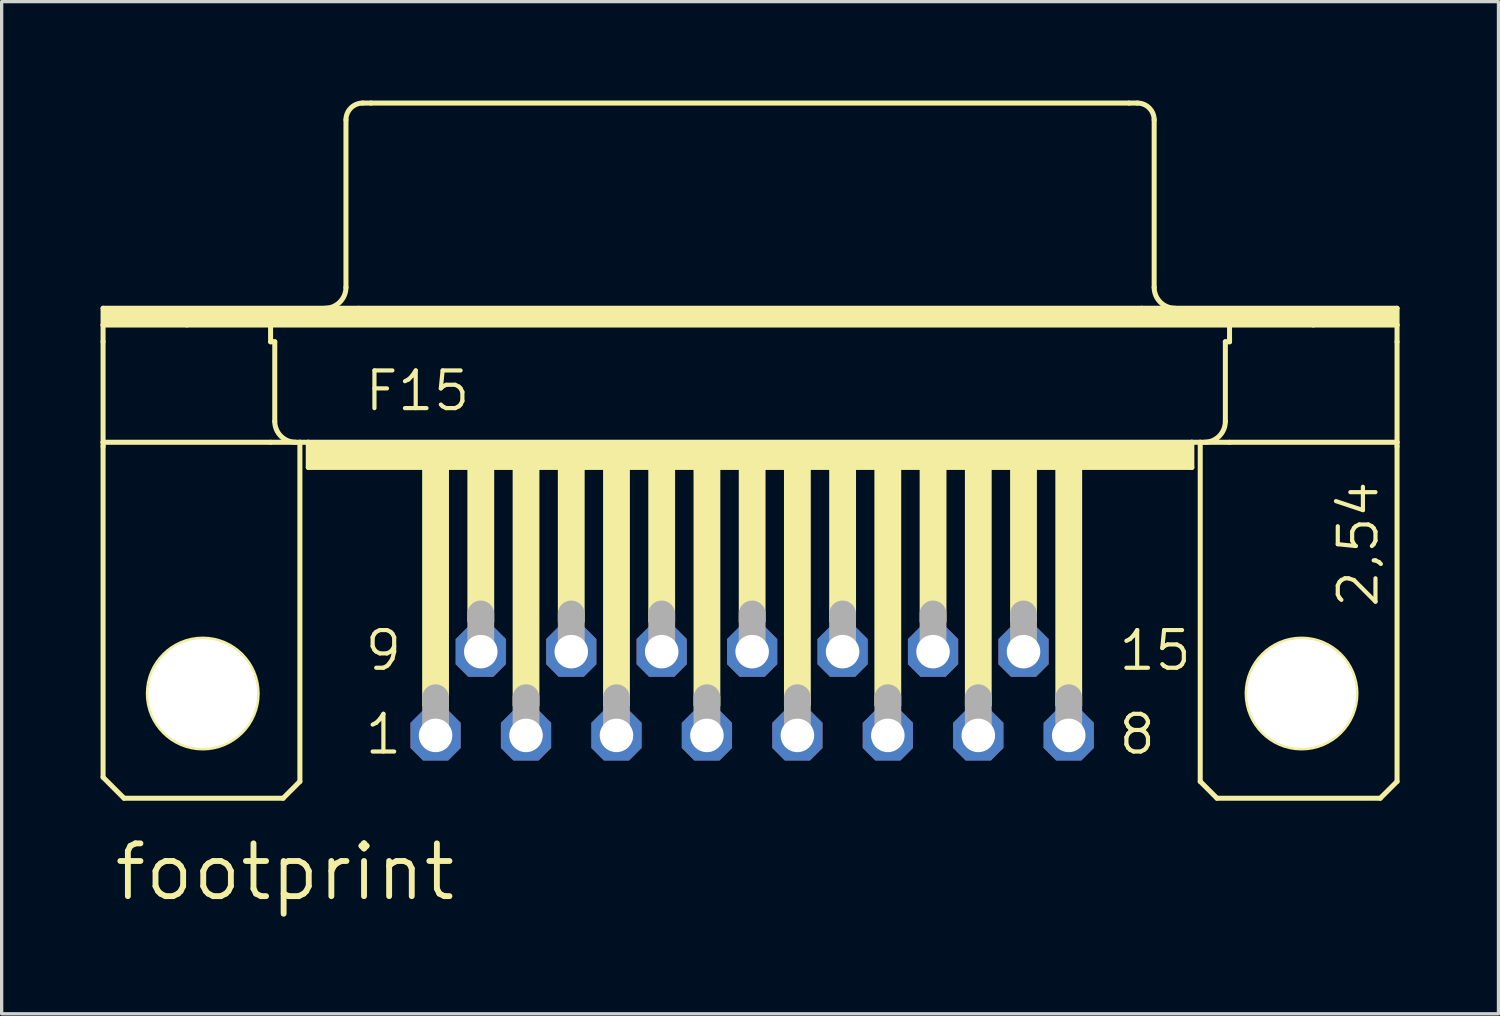
<source format=kicad_pcb>
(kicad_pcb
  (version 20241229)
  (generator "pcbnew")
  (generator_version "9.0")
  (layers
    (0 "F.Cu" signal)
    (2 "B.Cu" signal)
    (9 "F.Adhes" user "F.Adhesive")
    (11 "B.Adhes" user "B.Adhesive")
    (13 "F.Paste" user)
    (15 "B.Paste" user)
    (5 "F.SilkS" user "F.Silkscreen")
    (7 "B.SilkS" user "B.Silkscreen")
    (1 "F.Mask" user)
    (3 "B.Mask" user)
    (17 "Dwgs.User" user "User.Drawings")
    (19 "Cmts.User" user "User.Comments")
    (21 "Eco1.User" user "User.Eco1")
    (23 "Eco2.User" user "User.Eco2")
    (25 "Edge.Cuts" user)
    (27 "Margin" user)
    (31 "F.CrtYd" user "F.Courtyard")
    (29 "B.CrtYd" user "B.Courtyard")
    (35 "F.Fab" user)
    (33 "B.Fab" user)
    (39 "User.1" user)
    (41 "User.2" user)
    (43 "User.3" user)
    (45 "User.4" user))
  (footprint "footprint"
    (layer "F.Cu")
    (at 19.761 17.983)
    (property "Reference" "footprint" (at -19.431 6.35 0) (layer "F.SilkS") (effects (font (size 1.6 1.6) (thickness 0.178)) (justify left bottom)))
    (fp_line (start -19.685 -11.684) (end -11.938 -11.684) (stroke (width 0.152) (type solid)) (layer "F.SilkS"))
    (fp_line (start -19.685 -11.176) (end -19.685 -11.684) (stroke (width 0.152) (type solid)) (layer "F.SilkS"))
    (fp_line (start -19.685 -11.176) (end -17.145 -11.176) (stroke (width 0.152) (type solid)) (layer "F.SilkS"))
    (fp_line (start -19.685 -10.668) (end -19.685 -11.176) (stroke (width 0.152) (type solid)) (layer "F.SilkS"))
    (fp_line (start -19.685 -7.62) (end -19.685 -10.668) (stroke (width 0.152) (type solid)) (layer "F.SilkS"))
    (fp_line (start -19.685 -7.62) (end -19.685 -7.493) (stroke (width 0.152) (type solid)) (layer "F.SilkS"))
    (fp_line (start -19.685 -7.62) (end -14.605 -7.62) (stroke (width 0.152) (type solid)) (layer "F.SilkS"))
    (fp_line (start -19.685 2.54) (end -19.685 -7.493) (stroke (width 0.152) (type solid)) (layer "F.SilkS"))
    (fp_line (start -19.05 3.175) (end -19.685 2.54) (stroke (width 0.152) (type solid)) (layer "F.SilkS"))
    (fp_line (start -17.145 -11.176) (end -14.605 -11.176) (stroke (width 0.152) (type solid)) (layer "F.SilkS"))
    (fp_line (start -14.605 -11.176) (end 14.478 -11.176) (stroke (width 0.152) (type solid)) (layer "F.SilkS"))
    (fp_line (start -14.605 -10.668) (end -14.605 -11.176) (stroke (width 0.152) (type solid)) (layer "F.SilkS"))
    (fp_line (start -14.605 -10.668) (end -14.478 -10.668) (stroke (width 0.152) (type solid)) (layer "F.SilkS"))
    (fp_line (start -14.605 -7.62) (end -13.716 -7.62) (stroke (width 0.152) (type solid)) (layer "F.SilkS"))
    (fp_line (start -14.478 -8.255) (end -14.478 -10.668) (stroke (width 0.152) (type solid)) (layer "F.SilkS"))
    (fp_line (start -14.224 3.175) (end -19.05 3.175) (stroke (width 0.152) (type solid)) (layer "F.SilkS"))
    (fp_line (start -14.224 3.175) (end -13.716 2.667) (stroke (width 0.152) (type solid)) (layer "F.SilkS"))
    (fp_line (start -13.716 -7.62) (end -13.462 -7.62) (stroke (width 0.152) (type solid)) (layer "F.SilkS"))
    (fp_line (start -13.716 2.667) (end -13.716 -7.62) (stroke (width 0.152) (type solid)) (layer "F.SilkS"))
    (fp_line (start -13.462 -7.62) (end -13.462 -6.858) (stroke (width 0.152) (type solid)) (layer "F.SilkS"))
    (fp_line (start -13.462 -7.62) (end 13.335 -7.62) (stroke (width 0.152) (type solid)) (layer "F.SilkS"))
    (fp_line (start -13.462 -6.858) (end 13.335 -6.858) (stroke (width 0.152) (type solid)) (layer "F.SilkS"))
    (fp_line (start -12.319 -12.319) (end -12.319 -17.399) (stroke (width 0.152) (type solid)) (layer "F.SilkS"))
    (fp_line (start -11.938 -11.684) (end 11.811 -11.684) (stroke (width 0.152) (type solid)) (layer "F.SilkS"))
    (fp_line (start -11.811 -17.907) (end -11.557 -17.907) (stroke (width 0.152) (type solid)) (layer "F.SilkS"))
    (fp_line (start -11.557 -17.907) (end 11.43 -17.907) (stroke (width 0.152) (type solid)) (layer "F.SilkS"))
    (fp_line (start 11.43 -17.907) (end 11.684 -17.907) (stroke (width 0.152) (type solid)) (layer "F.SilkS"))
    (fp_line (start 11.811 -11.684) (end 19.558 -11.684) (stroke (width 0.152) (type solid)) (layer "F.SilkS"))
    (fp_line (start 12.192 -12.319) (end 12.192 -17.399) (stroke (width 0.152) (type solid)) (layer "F.SilkS"))
    (fp_line (start 13.335 -7.62) (end 13.335 -6.858) (stroke (width 0.152) (type solid)) (layer "F.SilkS"))
    (fp_line (start 13.335 -7.62) (end 13.589 -7.62) (stroke (width 0.152) (type solid)) (layer "F.SilkS"))
    (fp_line (start 13.589 -7.62) (end 14.478 -7.62) (stroke (width 0.152) (type solid)) (layer "F.SilkS"))
    (fp_line (start 13.589 2.667) (end 13.589 -7.62) (stroke (width 0.152) (type solid)) (layer "F.SilkS"))
    (fp_line (start 13.589 2.667) (end 14.097 3.175) (stroke (width 0.152) (type solid)) (layer "F.SilkS"))
    (fp_line (start 14.097 3.175) (end 19.05 3.175) (stroke (width 0.152) (type solid)) (layer "F.SilkS"))
    (fp_line (start 14.351 -10.668) (end 14.478 -10.668) (stroke (width 0.152) (type solid)) (layer "F.SilkS"))
    (fp_line (start 14.351 -8.255) (end 14.351 -10.668) (stroke (width 0.152) (type solid)) (layer "F.SilkS"))
    (fp_line (start 14.478 -11.176) (end 17.018 -11.176) (stroke (width 0.152) (type solid)) (layer "F.SilkS"))
    (fp_line (start 14.478 -10.668) (end 14.478 -11.176) (stroke (width 0.152) (type solid)) (layer "F.SilkS"))
    (fp_line (start 14.478 -7.62) (end 19.558 -7.62) (stroke (width 0.152) (type solid)) (layer "F.SilkS"))
    (fp_line (start 17.018 -11.176) (end 19.558 -11.176) (stroke (width 0.152) (type solid)) (layer "F.SilkS"))
    (fp_line (start 19.05 3.175) (end 19.558 2.667) (stroke (width 0.152) (type solid)) (layer "F.SilkS"))
    (fp_line (start 19.558 -11.684) (end 19.558 -11.176) (stroke (width 0.152) (type solid)) (layer "F.SilkS"))
    (fp_line (start 19.558 -11.176) (end 19.558 -10.668) (stroke (width 0.152) (type solid)) (layer "F.SilkS"))
    (fp_line (start 19.558 -10.668) (end 19.558 -7.62) (stroke (width 0.152) (type solid)) (layer "F.SilkS"))
    (fp_line (start 19.558 -7.62) (end 19.558 -7.493) (stroke (width 0.152) (type solid)) (layer "F.SilkS"))
    (fp_line (start 19.558 2.667) (end 19.558 -7.493) (stroke (width 0.152) (type solid)) (layer "F.SilkS"))
    (fp_arc (start -13.843 -7.62) (mid -14.292013 -7.805987) (end -14.478 -8.255) (stroke (width 0.1524) (type solid)) (layer "F.SilkS"))
    (fp_arc (start -12.319 -17.399) (mid -12.17021 -17.75821) (end -11.811 -17.907) (stroke (width 0.1524) (type solid)) (layer "F.SilkS"))
    (fp_arc (start -12.319 -12.319) (mid -12.504987 -11.869987) (end -12.954 -11.684) (stroke (width 0.1524) (type solid)) (layer "F.SilkS"))
    (fp_arc (start 11.684 -17.907) (mid 12.04321 -17.75821) (end 12.192 -17.399) (stroke (width 0.1524) (type solid)) (layer "F.SilkS"))
    (fp_arc (start 12.827 -11.684) (mid 12.377987 -11.869987) (end 12.192 -12.319) (stroke (width 0.1524) (type solid)) (layer "F.SilkS"))
    (fp_arc (start 14.351 -8.255) (mid 14.165013 -7.805987) (end 13.716 -7.62) (stroke (width 0.1524) (type solid)) (layer "F.SilkS"))
    (fp_circle (center -16.662 0) (end -15.011 0) (stroke (width 0.152) (type solid)) (fill no) (layer "F.SilkS"))
    (fp_circle (center 16.662 0) (end 18.313 0) (stroke (width 0.152) (type solid)) (fill no) (layer "F.SilkS"))
    (fp_poly (pts (xy -19.685 -11.176) (xy 19.558 -11.176) (xy 19.558 -11.684) (xy -19.685 -11.684)) (stroke (width 0) (type solid)) (fill yes) (layer "F.SilkS"))
    (fp_poly (pts (xy -13.462 -6.858) (xy 13.335 -6.858) (xy 13.335 -7.62) (xy -13.462 -7.62)) (stroke (width 0) (type solid)) (fill yes) (layer "F.SilkS"))
    (fp_poly (pts (xy -10.008 0.381) (xy -9.195 0.381) (xy -9.195 -6.858) (xy -10.008 -6.858)) (stroke (width 0) (type solid)) (fill yes) (layer "F.SilkS"))
    (fp_poly (pts (xy -8.636 -2.159) (xy -7.823 -2.159) (xy -7.823 -6.858) (xy -8.636 -6.858)) (stroke (width 0) (type solid)) (fill yes) (layer "F.SilkS"))
    (fp_poly (pts (xy -7.264 0.381) (xy -6.452 0.381) (xy -6.452 -6.858) (xy -7.264 -6.858)) (stroke (width 0) (type solid)) (fill yes) (layer "F.SilkS"))
    (fp_poly (pts (xy -5.893 -2.159) (xy -5.08 -2.159) (xy -5.08 -6.858) (xy -5.893 -6.858)) (stroke (width 0) (type solid)) (fill yes) (layer "F.SilkS"))
    (fp_poly (pts (xy -4.521 0.381) (xy -3.708 0.381) (xy -3.708 -6.858) (xy -4.521 -6.858)) (stroke (width 0) (type solid)) (fill yes) (layer "F.SilkS"))
    (fp_poly (pts (xy -3.15 -2.159) (xy -2.337 -2.159) (xy -2.337 -6.858) (xy -3.15 -6.858)) (stroke (width 0) (type solid)) (fill yes) (layer "F.SilkS"))
    (fp_poly (pts (xy -1.778 0.381) (xy -0.965 0.381) (xy -0.965 -6.858) (xy -1.778 -6.858)) (stroke (width 0) (type solid)) (fill yes) (layer "F.SilkS"))
    (fp_poly (pts (xy -0.406 -2.159) (xy 0.406 -2.159) (xy 0.406 -6.858) (xy -0.406 -6.858)) (stroke (width 0) (type solid)) (fill yes) (layer "F.SilkS"))
    (fp_poly (pts (xy 0.965 0.381) (xy 1.778 0.381) (xy 1.778 -6.858) (xy 0.965 -6.858)) (stroke (width 0) (type solid)) (fill yes) (layer "F.SilkS"))
    (fp_poly (pts (xy 2.337 -2.159) (xy 3.15 -2.159) (xy 3.15 -6.858) (xy 2.337 -6.858)) (stroke (width 0) (type solid)) (fill yes) (layer "F.SilkS"))
    (fp_poly (pts (xy 3.708 0.381) (xy 4.521 0.381) (xy 4.521 -6.858) (xy 3.708 -6.858)) (stroke (width 0) (type solid)) (fill yes) (layer "F.SilkS"))
    (fp_poly (pts (xy 5.08 -2.159) (xy 5.893 -2.159) (xy 5.893 -6.858) (xy 5.08 -6.858)) (stroke (width 0) (type solid)) (fill yes) (layer "F.SilkS"))
    (fp_poly (pts (xy 6.452 0.381) (xy 7.264 0.381) (xy 7.264 -6.858) (xy 6.452 -6.858)) (stroke (width 0) (type solid)) (fill yes) (layer "F.SilkS"))
    (fp_poly (pts (xy 7.823 -2.159) (xy 8.636 -2.159) (xy 8.636 -6.858) (xy 7.823 -6.858)) (stroke (width 0) (type solid)) (fill yes) (layer "F.SilkS"))
    (fp_poly (pts (xy 9.195 0.381) (xy 10.008 0.381) (xy 10.008 -6.858) (xy 9.195 -6.858)) (stroke (width 0) (type solid)) (fill yes) (layer "F.SilkS"))
    (fp_line (start -9.601 1.143) (end -9.601 0.127) (stroke (width 0.813) (type solid)) (layer "F.Fab"))
    (fp_line (start -8.23 -1.397) (end -8.23 -2.413) (stroke (width 0.813) (type solid)) (layer "F.Fab"))
    (fp_line (start -6.858 1.143) (end -6.858 0.127) (stroke (width 0.813) (type solid)) (layer "F.Fab"))
    (fp_line (start -5.486 -1.397) (end -5.486 -2.413) (stroke (width 0.813) (type solid)) (layer "F.Fab"))
    (fp_line (start -4.115 1.143) (end -4.115 0.127) (stroke (width 0.813) (type solid)) (layer "F.Fab"))
    (fp_line (start -2.743 -1.397) (end -2.743 -2.413) (stroke (width 0.813) (type solid)) (layer "F.Fab"))
    (fp_line (start -1.372 1.143) (end -1.372 0.127) (stroke (width 0.813) (type solid)) (layer "F.Fab"))
    (fp_line (start 0 -1.397) (end 0 -2.413) (stroke (width 0.813) (type solid)) (layer "F.Fab"))
    (fp_line (start 1.372 1.143) (end 1.372 0.127) (stroke (width 0.813) (type solid)) (layer "F.Fab"))
    (fp_line (start 2.743 -1.397) (end 2.743 -2.413) (stroke (width 0.813) (type solid)) (layer "F.Fab"))
    (fp_line (start 4.115 1.143) (end 4.115 0.127) (stroke (width 0.813) (type solid)) (layer "F.Fab"))
    (fp_line (start 5.486 -1.397) (end 5.486 -2.413) (stroke (width 0.813) (type solid)) (layer "F.Fab"))
    (fp_line (start 6.858 1.143) (end 6.858 0.127) (stroke (width 0.813) (type solid)) (layer "F.Fab"))
    (fp_line (start 8.23 -1.397) (end 8.23 -2.413) (stroke (width 0.813) (type solid)) (layer "F.Fab"))
    (fp_line (start 9.601 1.143) (end 9.601 0.127) (stroke (width 0.813) (type solid)) (layer "F.Fab"))
    (fp_text user "2,54" (at 19.05 -2.54 90) (layer "F.SilkS") (effects (font (size 1.143 1.143) (thickness 0.127)) (justify left bottom)))
    (fp_text user "1" (at -11.811 1.905 0) (layer "F.SilkS") (effects (font (size 1.143 1.143) (thickness 0.127)) (justify left bottom)))
    (fp_text user "F15" (at -11.811 -8.509 0) (layer "F.SilkS") (effects (font (size 1.143 1.143) (thickness 0.127)) (justify left bottom)))
    (fp_text user "9" (at -11.811 -0.635 0) (layer "F.SilkS") (effects (font (size 1.143 1.143) (thickness 0.127)) (justify left bottom)))
    (fp_text user "8" (at 11.049 1.905 0) (layer "F.SilkS") (effects (font (size 1.143 1.143) (thickness 0.127)) (justify left bottom)))
    (fp_text user "15" (at 11.049 -0.635 0) (layer "F.SilkS") (effects (font (size 1.143 1.143) (thickness 0.127)) (justify left bottom)))
    (pad "" np_thru_hole circle (at -16.662 0) (size 3.302 3.302) (drill 3.302) (layers "*.Cu" "*.Mask"))
    (pad "" np_thru_hole circle (at 16.662 0) (size 3.302 3.302) (drill 3.302) (layers "*.Cu" "*.Mask"))
    (pad "1" thru_hole roundrect (at -9.601 1.27) (size 1.524 1.524) (drill 1.016) (layers "*.Cu" "*.Mask") (roundrect_rratio 0.25) (chamfer_ratio 0.25) (chamfer top_left top_right bottom_left bottom_right))
    (pad "2" thru_hole roundrect (at -6.858 1.27) (size 1.524 1.524) (drill 1.016) (layers "*.Cu" "*.Mask") (roundrect_rratio 0.25) (chamfer_ratio 0.25) (chamfer top_left top_right bottom_left bottom_right))
    (pad "3" thru_hole roundrect (at -4.115 1.27) (size 1.524 1.524) (drill 1.016) (layers "*.Cu" "*.Mask") (roundrect_rratio 0.25) (chamfer_ratio 0.25) (chamfer top_left top_right bottom_left bottom_right))
    (pad "4" thru_hole roundrect (at -1.372 1.27) (size 1.524 1.524) (drill 1.016) (layers "*.Cu" "*.Mask") (roundrect_rratio 0.25) (chamfer_ratio 0.25) (chamfer top_left top_right bottom_left bottom_right))
    (pad "5" thru_hole roundrect (at 1.372 1.27) (size 1.524 1.524) (drill 1.016) (layers "*.Cu" "*.Mask") (roundrect_rratio 0.25) (chamfer_ratio 0.25) (chamfer top_left top_right bottom_left bottom_right))
    (pad "6" thru_hole roundrect (at 4.115 1.27) (size 1.524 1.524) (drill 1.016) (layers "*.Cu" "*.Mask") (roundrect_rratio 0.25) (chamfer_ratio 0.25) (chamfer top_left top_right bottom_left bottom_right))
    (pad "7" thru_hole roundrect (at 6.858 1.27) (size 1.524 1.524) (drill 1.016) (layers "*.Cu" "*.Mask") (roundrect_rratio 0.25) (chamfer_ratio 0.25) (chamfer top_left top_right bottom_left bottom_right))
    (pad "8" thru_hole roundrect (at 9.601 1.27) (size 1.524 1.524) (drill 1.016) (layers "*.Cu" "*.Mask") (roundrect_rratio 0.25) (chamfer_ratio 0.25) (chamfer top_left top_right bottom_left bottom_right))
    (pad "9" thru_hole roundrect (at -8.23 -1.27) (size 1.524 1.524) (drill 1.016) (layers "*.Cu" "*.Mask") (roundrect_rratio 0.25) (chamfer_ratio 0.25) (chamfer top_left top_right bottom_left bottom_right))
    (pad "10" thru_hole roundrect (at -5.486 -1.27) (size 1.524 1.524) (drill 1.016) (layers "*.Cu" "*.Mask") (roundrect_rratio 0.25) (chamfer_ratio 0.25) (chamfer top_left top_right bottom_left bottom_right))
    (pad "11" thru_hole roundrect (at -2.743 -1.27) (size 1.524 1.524) (drill 1.016) (layers "*.Cu" "*.Mask") (roundrect_rratio 0.25) (chamfer_ratio 0.25) (chamfer top_left top_right bottom_left bottom_right))
    (pad "12" thru_hole roundrect (at 0 -1.27) (size 1.524 1.524) (drill 1.016) (layers "*.Cu" "*.Mask") (roundrect_rratio 0.25) (chamfer_ratio 0.25) (chamfer top_left top_right bottom_left bottom_right))
    (pad "13" thru_hole roundrect (at 2.743 -1.27) (size 1.524 1.524) (drill 1.016) (layers "*.Cu" "*.Mask") (roundrect_rratio 0.25) (chamfer_ratio 0.25) (chamfer top_left top_right bottom_left bottom_right))
    (pad "14" thru_hole roundrect (at 5.486 -1.27) (size 1.524 1.524) (drill 1.016) (layers "*.Cu" "*.Mask") (roundrect_rratio 0.25) (chamfer_ratio 0.25) (chamfer top_left top_right bottom_left bottom_right))
    (pad "15" thru_hole roundrect (at 8.23 -1.27) (size 1.524 1.524) (drill 1.016) (layers "*.Cu" "*.Mask") (roundrect_rratio 0.25) (chamfer_ratio 0.25) (chamfer top_left top_right bottom_left bottom_right))
    (zone (net_name "") (layers "F.Cu" "B.Cu") (hatch edge 0.508) (connect_pads) (min_thickness 0.254) (filled_areas_thickness no) (keepout (tracks allowed) (vias not_allowed) (pads allowed) (copperpour allowed) (footprints allowed)) (placement (enabled no)) (fill) (polygon (pts (xy 5.766 17.983) (xy 5.725 17.52) (xy 5.605 17.071) (xy 5.408 16.65) (xy 5.142 16.269) (xy 4.813 15.94) (xy 4.432 15.674) (xy 4.011 15.477) (xy 3.562 15.357) (xy 3.099 15.316) (xy 2.636 15.357) (xy 2.187 15.477) (xy 1.765 15.674) (xy 1.384 15.94) (xy 1.056 16.269) (xy 0.789 16.65) (xy 0.593 17.071) (xy 0.472 17.52) (xy 0.432 17.983) (xy 0.472 18.446) (xy 0.593 18.895) (xy 0.789 19.317) (xy 1.056 19.698) (xy 1.384 20.026) (xy 1.765 20.293) (xy 2.187 20.489) (xy 2.636 20.61) (xy 3.099 20.65) (xy 3.562 20.61) (xy 4.011 20.489) (xy 4.432 20.293) (xy 4.813 20.026) (xy 5.142 19.698) (xy 5.408 19.317) (xy 5.605 18.895) (xy 5.725 18.446))))
    (zone (net_name "") (layers "F.Cu" "B.Cu") (hatch edge 0.508) (connect_pads) (min_thickness 0.254) (filled_areas_thickness no) (keepout (tracks allowed) (vias not_allowed) (pads allowed) (copperpour allowed) (footprints allowed)) (placement (enabled no)) (fill) (polygon (pts (xy 39.091 17.983) (xy 39.05 17.52) (xy 38.93 17.071) (xy 38.733 16.65) (xy 38.467 16.269) (xy 38.138 15.94) (xy 37.757 15.674) (xy 37.336 15.477) (xy 36.887 15.357) (xy 36.424 15.316) (xy 35.96 15.357) (xy 35.511 15.477) (xy 35.09 15.674) (xy 34.709 15.94) (xy 34.381 16.269) (xy 34.114 16.65) (xy 33.917 17.071) (xy 33.797 17.52) (xy 33.757 17.983) (xy 33.797 18.446) (xy 33.917 18.895) (xy 34.114 19.317) (xy 34.381 19.698) (xy 34.709 20.026) (xy 35.09 20.293) (xy 35.511 20.489) (xy 35.96 20.61) (xy 36.424 20.65) (xy 36.887 20.61) (xy 37.336 20.489) (xy 37.757 20.293) (xy 38.138 20.026) (xy 38.467 19.698) (xy 38.733 19.317) (xy 38.93 18.895) (xy 39.05 18.446))))
    (zone (net_name "") (layer "B.Cu") (hatch edge 0.508) (connect_pads) (min_thickness 0.254) (filled_areas_thickness no) (keepout (tracks not_allowed) (vias not_allowed) (pads not_allowed) (copperpour not_allowed) (footprints allowed)) (placement (enabled no)) (fill) (polygon (pts (xy 5.766 17.983) (xy 5.725 17.52) (xy 5.605 17.071) (xy 5.408 16.65) (xy 5.142 16.269) (xy 4.813 15.94) (xy 4.432 15.674) (xy 4.011 15.477) (xy 3.562 15.357) (xy 3.099 15.316) (xy 2.636 15.357) (xy 2.187 15.477) (xy 1.765 15.674) (xy 1.384 15.94) (xy 1.056 16.269) (xy 0.789 16.65) (xy 0.593 17.071) (xy 0.472 17.52) (xy 0.432 17.983) (xy 0.472 18.446) (xy 0.593 18.895) (xy 0.789 19.317) (xy 1.056 19.698) (xy 1.384 20.026) (xy 1.765 20.293) (xy 2.187 20.489) (xy 2.636 20.61) (xy 3.099 20.65) (xy 3.562 20.61) (xy 4.011 20.489) (xy 4.432 20.293) (xy 4.813 20.026) (xy 5.142 19.698) (xy 5.408 19.317) (xy 5.605 18.895) (xy 5.725 18.446))))
    (zone (net_name "") (layer "B.Cu") (hatch edge 0.508) (connect_pads) (min_thickness 0.254) (filled_areas_thickness no) (keepout (tracks not_allowed) (vias not_allowed) (pads not_allowed) (copperpour not_allowed) (footprints allowed)) (placement (enabled no)) (fill) (polygon (pts (xy 39.091 17.983) (xy 39.05 17.52) (xy 38.93 17.071) (xy 38.733 16.65) (xy 38.467 16.269) (xy 38.138 15.94) (xy 37.757 15.674) (xy 37.336 15.477) (xy 36.887 15.357) (xy 36.424 15.316) (xy 35.96 15.357) (xy 35.511 15.477) (xy 35.09 15.674) (xy 34.709 15.94) (xy 34.381 16.269) (xy 34.114 16.65) (xy 33.917 17.071) (xy 33.797 17.52) (xy 33.757 17.983) (xy 33.797 18.446) (xy 33.917 18.895) (xy 34.114 19.317) (xy 34.381 19.698) (xy 34.709 20.026) (xy 35.09 20.293) (xy 35.511 20.489) (xy 35.96 20.61) (xy 36.424 20.65) (xy 36.887 20.61) (xy 37.336 20.489) (xy 37.757 20.293) (xy 38.138 20.026) (xy 38.467 19.698) (xy 38.733 19.317) (xy 38.93 18.895) (xy 39.05 18.446)))))
  (gr_rect
    (start -3 -3)
    (end 42.395 27.696)
    (stroke (width 0.1) (type default))
    (fill no)
    (layer "Edge.Cuts")))
</source>
